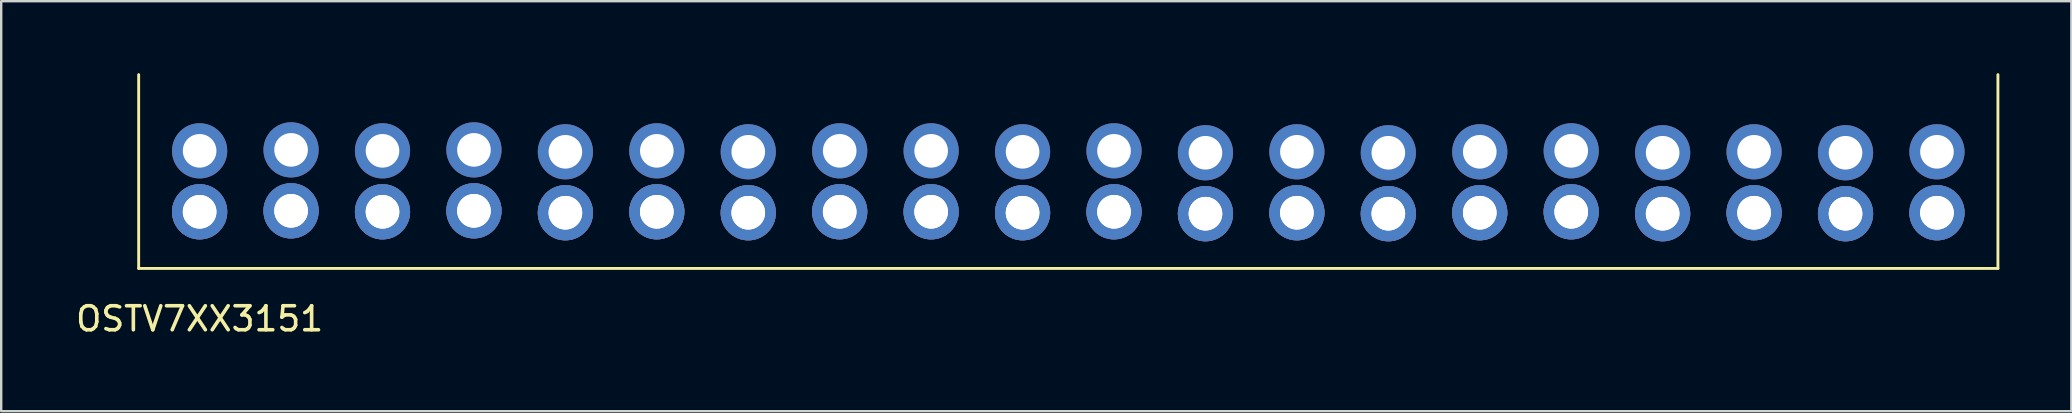
<source format=kicad_pcb>
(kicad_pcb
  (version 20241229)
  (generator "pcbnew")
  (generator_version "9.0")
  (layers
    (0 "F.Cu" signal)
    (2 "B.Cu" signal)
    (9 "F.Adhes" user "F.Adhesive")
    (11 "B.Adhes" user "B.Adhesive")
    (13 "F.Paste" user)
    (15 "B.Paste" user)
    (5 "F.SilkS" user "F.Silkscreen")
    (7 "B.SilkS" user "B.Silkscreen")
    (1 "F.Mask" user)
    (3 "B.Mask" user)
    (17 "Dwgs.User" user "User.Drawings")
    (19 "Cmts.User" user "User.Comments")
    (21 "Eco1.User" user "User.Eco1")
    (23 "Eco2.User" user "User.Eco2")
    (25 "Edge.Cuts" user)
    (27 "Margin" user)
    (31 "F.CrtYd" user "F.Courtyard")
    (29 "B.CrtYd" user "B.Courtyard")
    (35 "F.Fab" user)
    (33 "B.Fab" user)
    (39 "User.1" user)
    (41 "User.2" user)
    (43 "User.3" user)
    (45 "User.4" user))
  (footprint "OSTV7XX3151"
    (layer "F.Cu")
    (at 5.268 3.235)
    (property "Reference" "OSTV7XX3151" (at 0 7 0) (unlocked yes) (layer "F.SilkS") (effects (font (size 1 1) (thickness 0.15))))
    (attr through_hole)
    (fp_line (start -2.54 -3.175) (end -2.54 4.9) (stroke (width 0.12) (type solid)) (layer "F.SilkS"))
    (fp_line (start -2.54 4.9) (end 74.93 4.9) (stroke (width 0.12) (type solid)) (layer "F.SilkS"))
    (fp_line (start 74.93 4.9) (end 74.93 -3.175) (stroke (width 0.12) (type solid)) (layer "F.SilkS"))
    (pad "1" thru_hole circle (at 0 0) (size 2.3 2.3) (drill 1.4) (layers "*.Cu" "*.Mask"))
    (pad "1" thru_hole circle (at 0 2.54) (size 2.3 2.3) (drill 1.4) (layers "*.Cu" "*.Mask"))
    (pad "1" thru_hole circle (at 0 2.54) (size 2.3 2.3) (drill 1.4) (layers "*.Cu" "*.Mask"))
    (pad "2" thru_hole circle (at 3.81 -0.04) (size 2.3 2.3) (drill 1.4) (layers "*.Cu" "*.Mask"))
    (pad "2" thru_hole circle (at 3.81 2.5) (size 2.3 2.3) (drill 1.4) (layers "*.Cu" "*.Mask"))
    (pad "2" thru_hole circle (at 3.81 2.5) (size 2.3 2.3) (drill 1.4) (layers "*.Cu" "*.Mask"))
    (pad "3" thru_hole circle (at 7.62 0) (size 2.3 2.3) (drill 1.4) (layers "*.Cu" "*.Mask"))
    (pad "3" thru_hole circle (at 7.62 2.54) (size 2.3 2.3) (drill 1.4) (layers "*.Cu" "*.Mask"))
    (pad "3" thru_hole circle (at 7.62 2.54) (size 2.3 2.3) (drill 1.4) (layers "*.Cu" "*.Mask"))
    (pad "4" thru_hole circle (at 11.43 -0.04) (size 2.3 2.3) (drill 1.4) (layers "*.Cu" "*.Mask"))
    (pad "4" thru_hole circle (at 11.43 2.5) (size 2.3 2.3) (drill 1.4) (layers "*.Cu" "*.Mask"))
    (pad "4" thru_hole circle (at 11.43 2.5) (size 2.3 2.3) (drill 1.4) (layers "*.Cu" "*.Mask"))
    (pad "5" thru_hole circle (at 15.24 0.04) (size 2.3 2.3) (drill 1.4) (layers "*.Cu" "*.Mask"))
    (pad "5" thru_hole circle (at 15.24 2.58) (size 2.3 2.3) (drill 1.4) (layers "*.Cu" "*.Mask"))
    (pad "5" thru_hole circle (at 15.24 2.58) (size 2.3 2.3) (drill 1.4) (layers "*.Cu" "*.Mask"))
    (pad "6" thru_hole circle (at 19.05 0) (size 2.3 2.3) (drill 1.4) (layers "*.Cu" "*.Mask"))
    (pad "6" thru_hole circle (at 19.05 2.54) (size 2.3 2.3) (drill 1.4) (layers "*.Cu" "*.Mask"))
    (pad "6" thru_hole circle (at 19.05 2.54) (size 2.3 2.3) (drill 1.4) (layers "*.Cu" "*.Mask"))
    (pad "7" thru_hole circle (at 22.86 0.04) (size 2.3 2.3) (drill 1.4) (layers "*.Cu" "*.Mask"))
    (pad "7" thru_hole circle (at 22.86 2.58) (size 2.3 2.3) (drill 1.4) (layers "*.Cu" "*.Mask"))
    (pad "7" thru_hole circle (at 22.86 2.58) (size 2.3 2.3) (drill 1.4) (layers "*.Cu" "*.Mask"))
    (pad "8" thru_hole circle (at 26.67 0) (size 2.3 2.3) (drill 1.4) (layers "*.Cu" "*.Mask"))
    (pad "8" thru_hole circle (at 26.67 2.54) (size 2.3 2.3) (drill 1.4) (layers "*.Cu" "*.Mask"))
    (pad "8" thru_hole circle (at 26.67 2.54) (size 2.3 2.3) (drill 1.4) (layers "*.Cu" "*.Mask"))
    (pad "9" thru_hole circle (at 30.48 0) (size 2.3 2.3) (drill 1.4) (layers "*.Cu" "*.Mask"))
    (pad "9" thru_hole circle (at 30.48 2.54) (size 2.3 2.3) (drill 1.4) (layers "*.Cu" "*.Mask"))
    (pad "9" thru_hole circle (at 30.48 2.54) (size 2.3 2.3) (drill 1.4) (layers "*.Cu" "*.Mask"))
    (pad "10" thru_hole circle (at 34.29 0.04) (size 2.3 2.3) (drill 1.4) (layers "*.Cu" "*.Mask"))
    (pad "10" thru_hole circle (at 34.29 2.58) (size 2.3 2.3) (drill 1.4) (layers "*.Cu" "*.Mask"))
    (pad "10" thru_hole circle (at 34.29 2.58) (size 2.3 2.3) (drill 1.4) (layers "*.Cu" "*.Mask"))
    (pad "11" thru_hole circle (at 38.1 0) (size 2.3 2.3) (drill 1.4) (layers "*.Cu" "*.Mask"))
    (pad "11" thru_hole circle (at 38.1 2.54) (size 2.3 2.3) (drill 1.4) (layers "*.Cu" "*.Mask"))
    (pad "11" thru_hole circle (at 38.1 2.54) (size 2.3 2.3) (drill 1.4) (layers "*.Cu" "*.Mask"))
    (pad "12" thru_hole circle (at 41.91 0.08) (size 2.3 2.3) (drill 1.4) (layers "*.Cu" "*.Mask"))
    (pad "12" thru_hole circle (at 41.91 2.62) (size 2.3 2.3) (drill 1.4) (layers "*.Cu" "*.Mask"))
    (pad "12" thru_hole circle (at 41.91 2.62) (size 2.3 2.3) (drill 1.4) (layers "*.Cu" "*.Mask"))
    (pad "13" thru_hole circle (at 45.72 0.04) (size 2.3 2.3) (drill 1.4) (layers "*.Cu" "*.Mask"))
    (pad "13" thru_hole circle (at 45.72 2.58) (size 2.3 2.3) (drill 1.4) (layers "*.Cu" "*.Mask"))
    (pad "13" thru_hole circle (at 45.72 2.58) (size 2.3 2.3) (drill 1.4) (layers "*.Cu" "*.Mask"))
    (pad "14" thru_hole circle (at 49.53 0.08) (size 2.3 2.3) (drill 1.4) (layers "*.Cu" "*.Mask"))
    (pad "14" thru_hole circle (at 49.53 2.62) (size 2.3 2.3) (drill 1.4) (layers "*.Cu" "*.Mask"))
    (pad "14" thru_hole circle (at 49.53 2.62) (size 2.3 2.3) (drill 1.4) (layers "*.Cu" "*.Mask"))
    (pad "15" thru_hole circle (at 53.34 0.04) (size 2.3 2.3) (drill 1.4) (layers "*.Cu" "*.Mask"))
    (pad "15" thru_hole circle (at 53.34 2.58) (size 2.3 2.3) (drill 1.4) (layers "*.Cu" "*.Mask"))
    (pad "15" thru_hole circle (at 53.34 2.58) (size 2.3 2.3) (drill 1.4) (layers "*.Cu" "*.Mask"))
    (pad "16" thru_hole circle (at 57.15 0) (size 2.3 2.3) (drill 1.4) (layers "*.Cu" "*.Mask"))
    (pad "16" thru_hole circle (at 57.15 2.54) (size 2.3 2.3) (drill 1.4) (layers "*.Cu" "*.Mask"))
    (pad "16" thru_hole circle (at 57.15 2.54) (size 2.3 2.3) (drill 1.4) (layers "*.Cu" "*.Mask"))
    (pad "17" thru_hole circle (at 60.96 0.08) (size 2.3 2.3) (drill 1.4) (layers "*.Cu" "*.Mask"))
    (pad "17" thru_hole circle (at 60.96 2.62) (size 2.3 2.3) (drill 1.4) (layers "*.Cu" "*.Mask"))
    (pad "17" thru_hole circle (at 60.96 2.62) (size 2.3 2.3) (drill 1.4) (layers "*.Cu" "*.Mask"))
    (pad "18" thru_hole circle (at 64.77 0.04) (size 2.3 2.3) (drill 1.4) (layers "*.Cu" "*.Mask"))
    (pad "18" thru_hole circle (at 64.77 2.58) (size 2.3 2.3) (drill 1.4) (layers "*.Cu" "*.Mask"))
    (pad "18" thru_hole circle (at 64.77 2.58) (size 2.3 2.3) (drill 1.4) (layers "*.Cu" "*.Mask"))
    (pad "19" thru_hole circle (at 68.58 0.08) (size 2.3 2.3) (drill 1.4) (layers "*.Cu" "*.Mask"))
    (pad "19" thru_hole circle (at 68.58 2.62) (size 2.3 2.3) (drill 1.4) (layers "*.Cu" "*.Mask"))
    (pad "19" thru_hole circle (at 68.58 2.62) (size 2.3 2.3) (drill 1.4) (layers "*.Cu" "*.Mask"))
    (pad "20" thru_hole circle (at 72.39 0.04) (size 2.3 2.3) (drill 1.4) (layers "*.Cu" "*.Mask"))
    (pad "20" thru_hole circle (at 72.39 2.58) (size 2.3 2.3) (drill 1.4) (layers "*.Cu" "*.Mask"))
    (pad "20" thru_hole circle (at 72.39 2.58) (size 2.3 2.3) (drill 1.4) (layers "*.Cu" "*.Mask")))
  (gr_rect
    (start -3 -3)
    (end 83.258 14.083)
    (stroke (width 0.1) (type default))
    (fill no)
    (layer "Edge.Cuts")))
</source>
